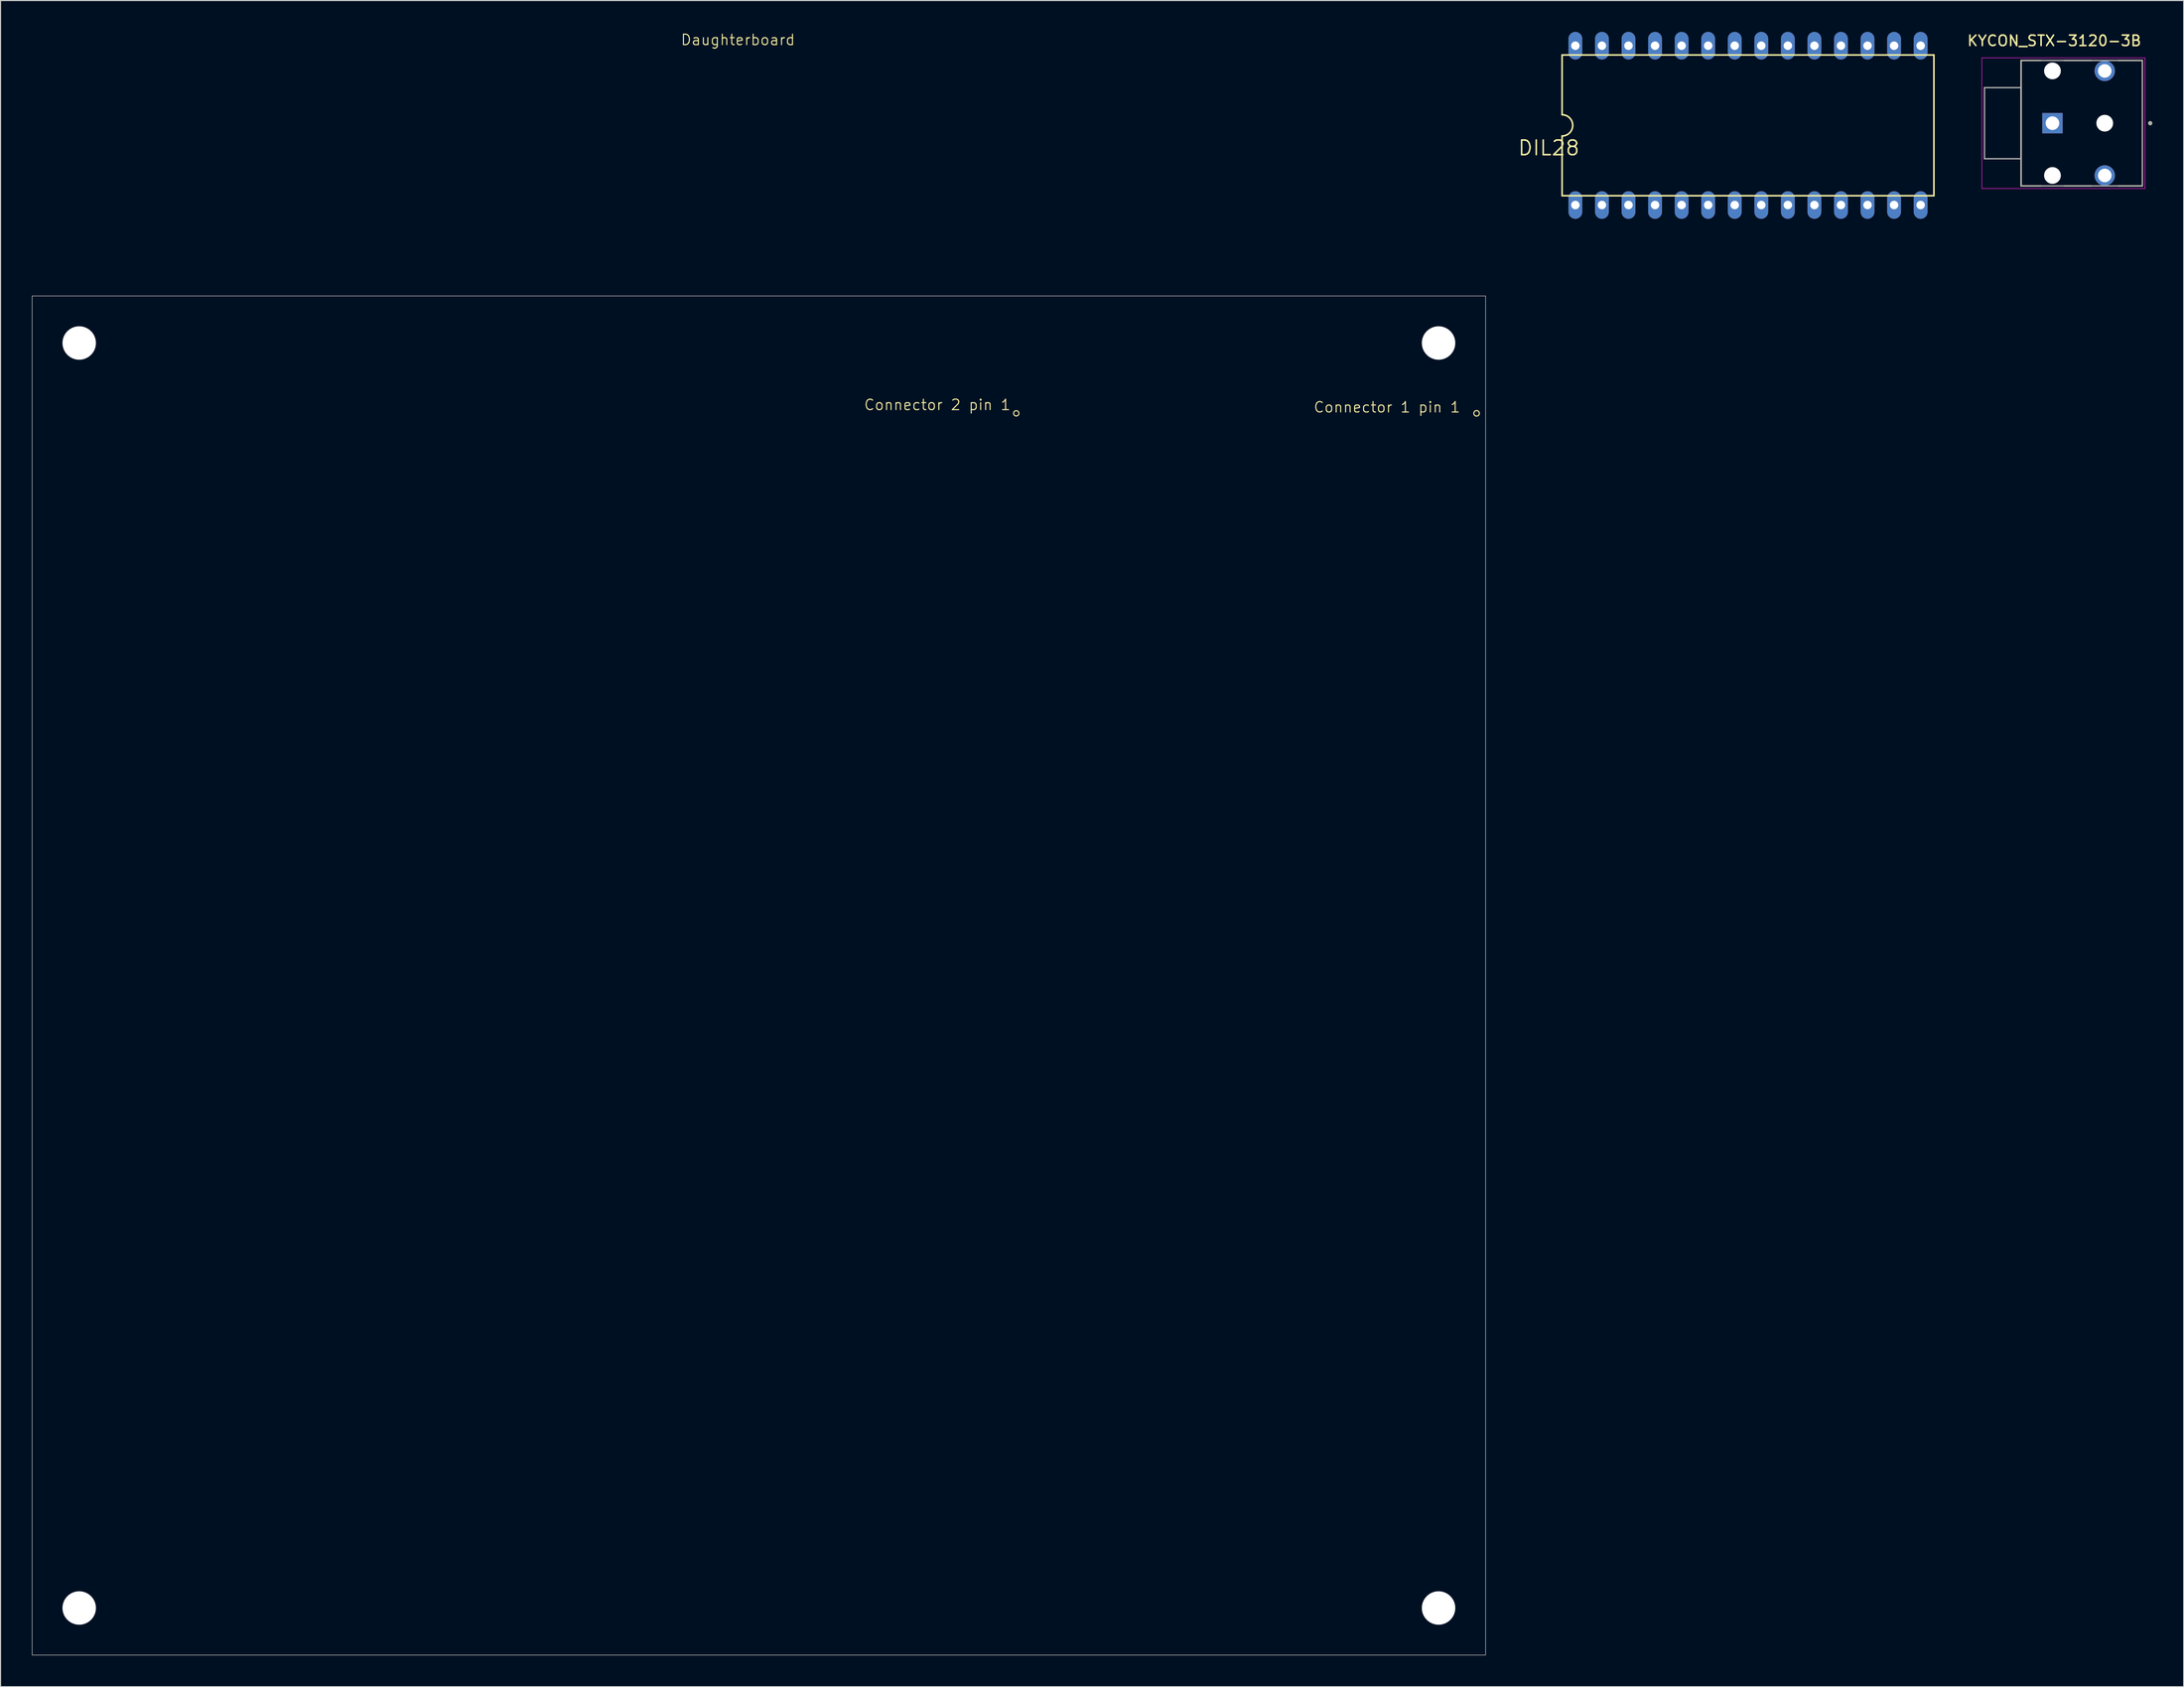
<source format=kicad_pcb>
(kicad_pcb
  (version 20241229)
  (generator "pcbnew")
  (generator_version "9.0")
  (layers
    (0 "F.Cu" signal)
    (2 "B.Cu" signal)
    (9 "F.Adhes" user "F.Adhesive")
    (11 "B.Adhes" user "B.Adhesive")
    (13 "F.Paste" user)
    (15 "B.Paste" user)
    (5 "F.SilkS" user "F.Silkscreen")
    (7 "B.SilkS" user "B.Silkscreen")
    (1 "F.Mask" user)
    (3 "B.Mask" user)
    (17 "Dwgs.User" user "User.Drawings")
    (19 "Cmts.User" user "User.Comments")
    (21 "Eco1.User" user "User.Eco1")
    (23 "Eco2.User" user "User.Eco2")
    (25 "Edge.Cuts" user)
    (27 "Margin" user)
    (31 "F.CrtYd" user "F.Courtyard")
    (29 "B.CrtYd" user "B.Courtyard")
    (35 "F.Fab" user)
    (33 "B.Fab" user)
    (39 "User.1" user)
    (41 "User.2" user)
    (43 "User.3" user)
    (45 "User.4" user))
  (footprint "KYCON_STX-3120-3B"
    (layer "F.Cu")
    (at 193.234 8.733)
    (property "Reference" "KYCON_STX-3120-3B" (at 0.175 -7.885 0) (layer "F.SilkS") (effects (font (size 1 1) (thickness 0.15))))
    (attr through_hole)
    (fp_line (start -3 -6) (end -1.12 -6) (stroke (width 0.127) (type solid)) (layer "F.SilkS"))
    (fp_line (start -3 6) (end -3 -6) (stroke (width 0.127) (type solid)) (layer "F.SilkS"))
    (fp_line (start -1.12 6) (end -3 6) (stroke (width 0.127) (type solid)) (layer "F.SilkS"))
    (fp_line (start 1.12 -6) (end 3.705 -6) (stroke (width 0.127) (type solid)) (layer "F.SilkS"))
    (fp_line (start 1.12 6) (end 3.705 6) (stroke (width 0.127) (type solid)) (layer "F.SilkS"))
    (fp_line (start 6.295 -6) (end 8.6 -6) (stroke (width 0.127) (type solid)) (layer "F.SilkS"))
    (fp_line (start 8.6 -6) (end 8.6 6) (stroke (width 0.127) (type solid)) (layer "F.SilkS"))
    (fp_line (start 8.6 6) (end 6.295 6) (stroke (width 0.127) (type solid)) (layer "F.SilkS"))
    (fp_circle (center 9.35 0) (end 9.45 0) (stroke (width 0.2) (type solid)) (fill no) (layer "F.SilkS"))
    (fp_line (start -6.75 -6.25) (end -6.75 6.25) (stroke (width 0.05) (type solid)) (layer "F.CrtYd"))
    (fp_line (start -6.75 6.25) (end 8.85 6.25) (stroke (width 0.05) (type solid)) (layer "F.CrtYd"))
    (fp_line (start 8.85 -6.25) (end -6.75 -6.25) (stroke (width 0.05) (type solid)) (layer "F.CrtYd"))
    (fp_line (start 8.85 6.25) (end 8.85 -6.25) (stroke (width 0.05) (type solid)) (layer "F.CrtYd"))
    (fp_line (start -6.5 -3.4) (end -6.5 3.4) (stroke (width 0.127) (type solid)) (layer "F.Fab"))
    (fp_line (start -6.5 3.4) (end -3 3.4) (stroke (width 0.127) (type solid)) (layer "F.Fab"))
    (fp_line (start -3 -6) (end 8.6 -6) (stroke (width 0.127) (type solid)) (layer "F.Fab"))
    (fp_line (start -3 -3.4) (end -6.5 -3.4) (stroke (width 0.127) (type solid)) (layer "F.Fab"))
    (fp_line (start -3 3.4) (end -3 -3.4) (stroke (width 0.127) (type solid)) (layer "F.Fab"))
    (fp_line (start -3 6) (end -3 -6) (stroke (width 0.127) (type solid)) (layer "F.Fab"))
    (fp_line (start 8.6 -6) (end 8.6 6) (stroke (width 0.127) (type solid)) (layer "F.Fab"))
    (fp_line (start 8.6 6) (end -3 6) (stroke (width 0.127) (type solid)) (layer "F.Fab"))
    (fp_circle (center 9.35 0) (end 9.45 0) (stroke (width 0.2) (type solid)) (fill no) (layer "F.Fab"))
    (pad "" np_thru_hole circle (at 0 -5) (size 1.6 1.6) (drill 1.6) (layers "*.Cu" "*.Mask"))
    (pad "" np_thru_hole circle (at 0 5) (size 1.6 1.6) (drill 1.6) (layers "*.Cu" "*.Mask"))
    (pad "" np_thru_hole circle (at 5 0) (size 1.6 1.6) (drill 1.6) (layers "*.Cu" "*.Mask"))
    (pad "1" thru_hole rect (at 0 0) (size 1.95 1.95) (drill 1.3) (layers "*.Cu" "*.Mask"))
    (pad "2" thru_hole circle (at 5 -5) (size 1.95 1.95) (drill 1.3) (layers "*.Cu" "*.Mask"))
    (pad "5" thru_hole circle (at 5 5) (size 1.95 1.95) (drill 1.3) (layers "*.Cu" "*.Mask")))
  (footprint "Daughterboard"
    (layer "F.Cu")
    (at 67.525 1.26)
    (property "Reference" "Daughterboard" (at 0 -0.5 0) (unlocked yes) (layer "F.SilkS") (effects (font (size 1 1) (thickness 0.1))))
    (attr smd)
    (fp_circle (center 26.614 35.227) (end 26.5 35) (stroke (width 0.1) (type default)) (fill no) (layer "F.SilkS"))
    (fp_circle (center 70.636 35.227) (end 70.5 35) (stroke (width 0.1) (type default)) (fill no) (layer "F.SilkS"))
    (fp_rect (start -67.5 24) (end 71.5 154) (stroke (width 0.05) (type solid)) (fill no) (layer "Edge.Cuts"))
    (fp_text user "Connector 1 pin 1" (at 55 35.227 0) (unlocked yes) (layer "F.SilkS") (effects (font (size 1 1) (thickness 0.1)) (justify left bottom)))
    (fp_text user "Connector 2 pin 1" (at 12 35 0) (unlocked yes) (layer "F.SilkS") (effects (font (size 1 1) (thickness 0.1)) (justify left bottom)))
    (pad "" np_thru_hole circle (at -63 28.5) (size 3.2 3.2) (drill 3.2) (layers "*.Cu" "*.Mask"))
    (pad "" np_thru_hole circle (at -63 149.5) (size 3.2 3.2) (drill 3.2) (layers "*.Cu" "*.Mask"))
    (pad "" np_thru_hole circle (at 67 28.5) (size 3.2 3.2) (drill 3.2) (layers "*.Cu" "*.Mask"))
    (pad "" np_thru_hole circle (at 67 149.5) (size 3.2 3.2) (drill 3.2) (layers "*.Cu" "*.Mask")))
  (footprint "DIL28"
    (layer "F.Cu")
    (at 164.118 8.941)
    (property "Reference" "DIL28" (at -19.05 2.159 180) (layer "F.SilkS") (effects (font (size 1.4 1.4) (thickness 0.15))))
    (attr through_hole)
    (fp_line (start -17.78 -6.731) (end -17.78 -1.016) (stroke (width 0.152) (type solid)) (layer "F.SilkS"))
    (fp_line (start -17.78 6.731) (end -17.78 1.016) (stroke (width 0.152) (type solid)) (layer "F.SilkS"))
    (fp_line (start -17.78 6.731) (end 17.78 6.731) (stroke (width 0.152) (type solid)) (layer "F.SilkS"))
    (fp_line (start 17.78 -6.731) (end -17.78 -6.731) (stroke (width 0.152) (type solid)) (layer "F.SilkS"))
    (fp_line (start 17.78 -6.731) (end 17.78 6.731) (stroke (width 0.152) (type solid)) (layer "F.SilkS"))
    (fp_arc (start -17.78 -1.016) (mid -16.764 0) (end -17.78 1.016) (stroke (width 0.1524) (type solid)) (layer "F.SilkS"))
    (pad "1" thru_hole oval (at -16.51 7.62) (size 1.321 2.642) (drill 0.813) (layers "*.Cu" "*.Mask"))
    (pad "2" thru_hole oval (at -13.97 7.62) (size 1.321 2.642) (drill 0.813) (layers "*.Cu" "*.Mask"))
    (pad "3" thru_hole oval (at -11.43 7.62) (size 1.321 2.642) (drill 0.813) (layers "*.Cu" "*.Mask"))
    (pad "4" thru_hole oval (at -8.89 7.62) (size 1.321 2.642) (drill 0.813) (layers "*.Cu" "*.Mask"))
    (pad "5" thru_hole oval (at -6.35 7.62) (size 1.321 2.642) (drill 0.813) (layers "*.Cu" "*.Mask"))
    (pad "6" thru_hole oval (at -3.81 7.62) (size 1.321 2.642) (drill 0.813) (layers "*.Cu" "*.Mask"))
    (pad "7" thru_hole oval (at -1.27 7.62) (size 1.321 2.642) (drill 0.813) (layers "*.Cu" "*.Mask"))
    (pad "8" thru_hole oval (at 1.27 7.62) (size 1.321 2.642) (drill 0.813) (layers "*.Cu" "*.Mask"))
    (pad "9" thru_hole oval (at 3.81 7.62) (size 1.321 2.642) (drill 0.813) (layers "*.Cu" "*.Mask"))
    (pad "10" thru_hole oval (at 6.35 7.62) (size 1.321 2.642) (drill 0.813) (layers "*.Cu" "*.Mask"))
    (pad "11" thru_hole oval (at 8.89 7.62) (size 1.321 2.642) (drill 0.813) (layers "*.Cu" "*.Mask"))
    (pad "12" thru_hole oval (at 11.43 7.62) (size 1.321 2.642) (drill 0.813) (layers "*.Cu" "*.Mask"))
    (pad "13" thru_hole oval (at 13.97 7.62) (size 1.321 2.642) (drill 0.813) (layers "*.Cu" "*.Mask"))
    (pad "14" thru_hole oval (at 16.51 7.62) (size 1.321 2.642) (drill 0.813) (layers "*.Cu" "*.Mask"))
    (pad "15" thru_hole oval (at 16.51 -7.62) (size 1.321 2.642) (drill 0.813) (layers "*.Cu" "*.Mask"))
    (pad "16" thru_hole oval (at 13.97 -7.62) (size 1.321 2.642) (drill 0.813) (layers "*.Cu" "*.Mask"))
    (pad "17" thru_hole oval (at 11.43 -7.62) (size 1.321 2.642) (drill 0.813) (layers "*.Cu" "*.Mask"))
    (pad "18" thru_hole oval (at 8.89 -7.62) (size 1.321 2.642) (drill 0.813) (layers "*.Cu" "*.Mask"))
    (pad "19" thru_hole oval (at 6.35 -7.62) (size 1.321 2.642) (drill 0.813) (layers "*.Cu" "*.Mask"))
    (pad "20" thru_hole oval (at 3.81 -7.62) (size 1.321 2.642) (drill 0.813) (layers "*.Cu" "*.Mask"))
    (pad "21" thru_hole oval (at 1.27 -7.62) (size 1.321 2.642) (drill 0.813) (layers "*.Cu" "*.Mask"))
    (pad "22" thru_hole oval (at -1.27 -7.62) (size 1.321 2.642) (drill 0.813) (layers "*.Cu" "*.Mask"))
    (pad "23" thru_hole oval (at -3.81 -7.62) (size 1.321 2.642) (drill 0.813) (layers "*.Cu" "*.Mask"))
    (pad "24" thru_hole oval (at -6.35 -7.62) (size 1.321 2.642) (drill 0.813) (layers "*.Cu" "*.Mask"))
    (pad "25" thru_hole oval (at -8.89 -7.62) (size 1.321 2.642) (drill 0.813) (layers "*.Cu" "*.Mask"))
    (pad "26" thru_hole oval (at -11.43 -7.62) (size 1.321 2.642) (drill 0.813) (layers "*.Cu" "*.Mask"))
    (pad "27" thru_hole oval (at -13.97 -7.62) (size 1.321 2.642) (drill 0.813) (layers "*.Cu" "*.Mask"))
    (pad "28" thru_hole oval (at -16.51 -7.62) (size 1.321 2.642) (drill 0.813) (layers "*.Cu" "*.Mask")))
  (gr_rect
    (start -3 -3)
    (end 205.784 158.286)
    (stroke (width 0.1) (type default))
    (fill no)
    (layer "Edge.Cuts")))
</source>
